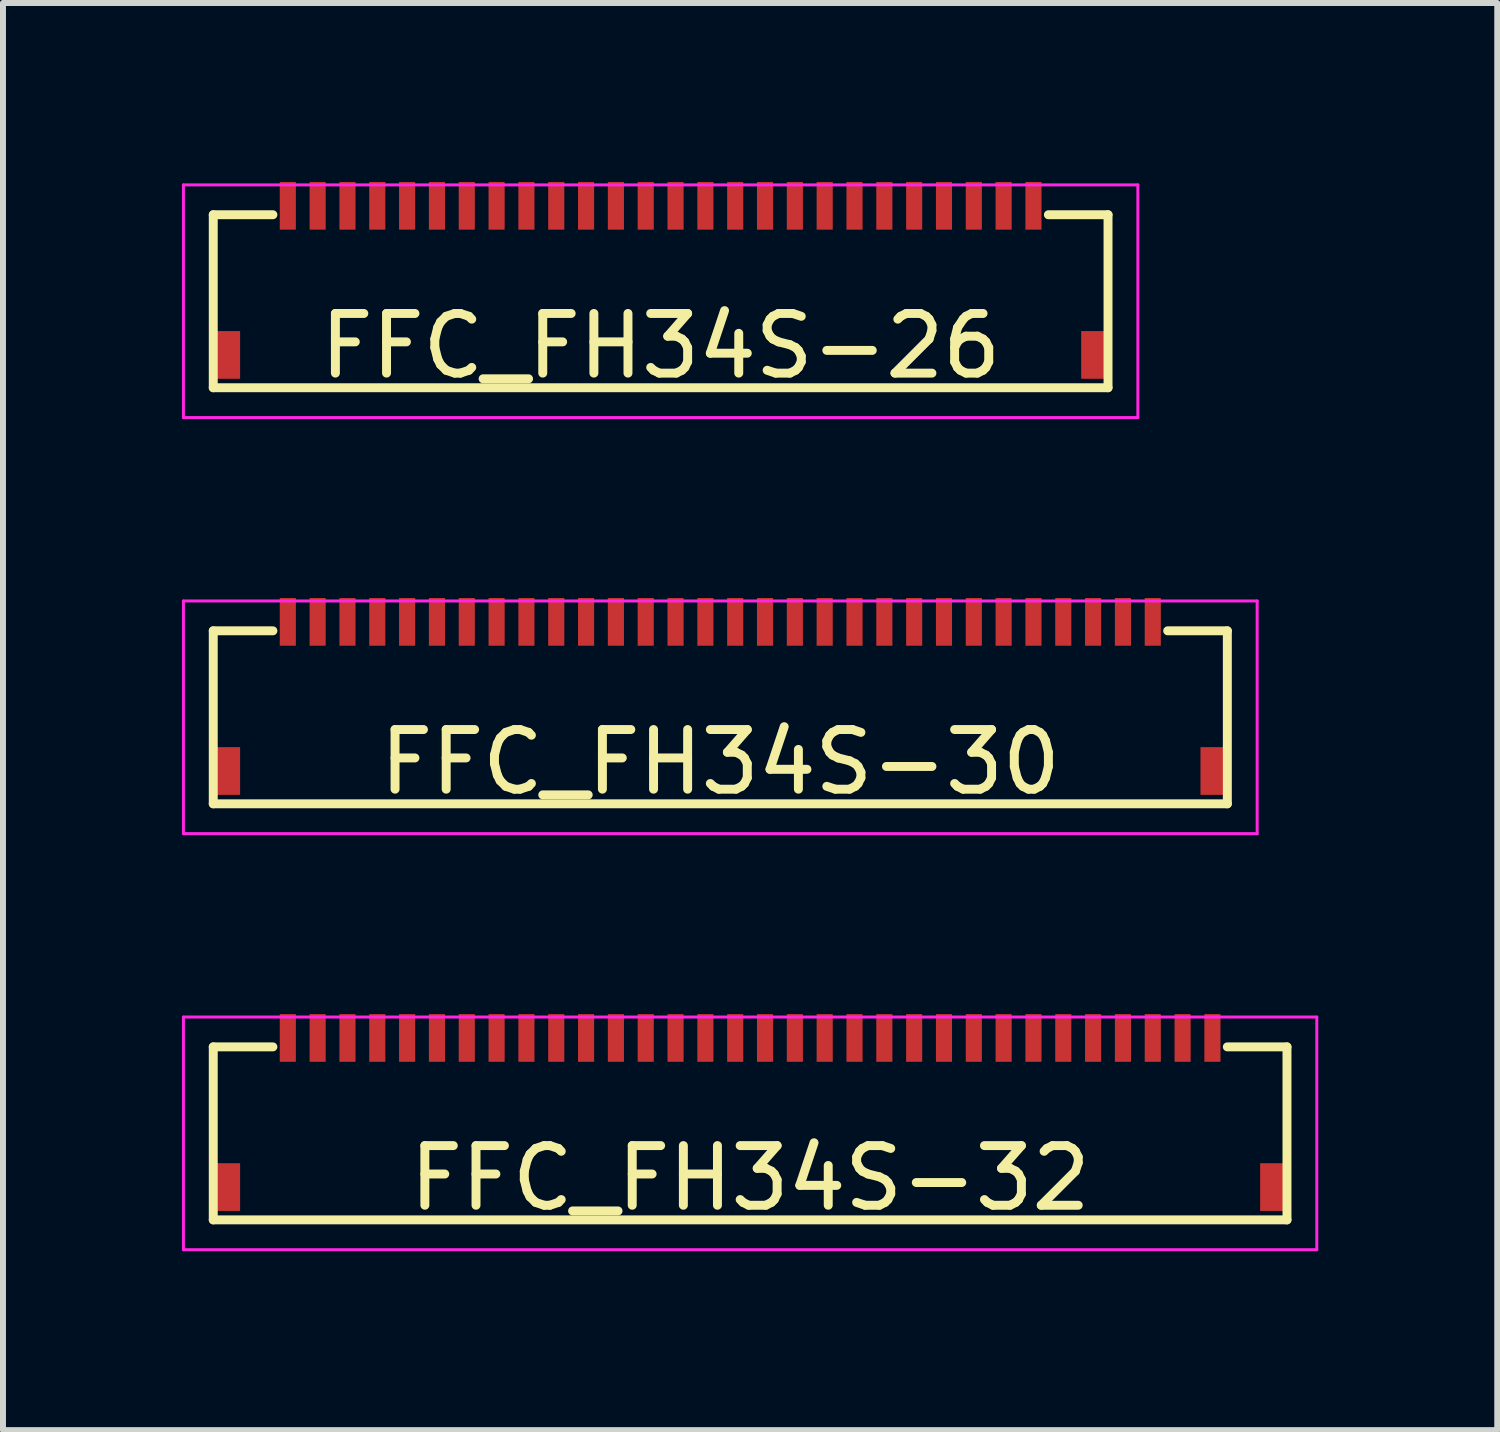
<source format=kicad_pcb>
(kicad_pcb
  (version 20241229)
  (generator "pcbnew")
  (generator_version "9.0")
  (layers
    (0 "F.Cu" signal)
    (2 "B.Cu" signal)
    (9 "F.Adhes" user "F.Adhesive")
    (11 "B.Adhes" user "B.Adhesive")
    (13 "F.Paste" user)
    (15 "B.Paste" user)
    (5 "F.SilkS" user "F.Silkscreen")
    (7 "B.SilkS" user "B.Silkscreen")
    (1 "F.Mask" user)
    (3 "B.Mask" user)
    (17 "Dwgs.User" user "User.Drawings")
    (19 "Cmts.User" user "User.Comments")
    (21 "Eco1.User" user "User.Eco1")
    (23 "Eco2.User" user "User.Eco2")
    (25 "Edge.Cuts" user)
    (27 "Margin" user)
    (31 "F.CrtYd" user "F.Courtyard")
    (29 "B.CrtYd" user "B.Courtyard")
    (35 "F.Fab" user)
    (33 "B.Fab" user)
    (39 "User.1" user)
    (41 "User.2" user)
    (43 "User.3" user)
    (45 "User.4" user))
  (footprint "FFC_FH34S-30"
    (layer "F.Cu")
    (at 9.025 7.525)
    (property "Reference" "FFC_FH34S-30" (at 0 2.2 0) (layer "F.SilkS") (effects (font (size 1 1) (thickness 0.15))))
    (attr through_hole)
    (fp_line (start -8.5 0) (end -8.5 2.9) (stroke (width 0.15) (type solid)) (layer "F.SilkS"))
    (fp_line (start -8.5 2.9) (end 8.5 2.9) (stroke (width 0.15) (type solid)) (layer "F.SilkS"))
    (fp_line (start -7.5 0) (end -8.5 0) (stroke (width 0.15) (type solid)) (layer "F.SilkS"))
    (fp_line (start 8.5 0) (end 7.5 0) (stroke (width 0.15) (type solid)) (layer "F.SilkS"))
    (fp_line (start 8.5 2.9) (end 8.5 0) (stroke (width 0.15) (type solid)) (layer "F.SilkS"))
    (fp_line (start -9 -0.5) (end 9 -0.5) (stroke (width 0.05) (type solid)) (layer "F.CrtYd"))
    (fp_line (start -9 3.4) (end -9 -0.5) (stroke (width 0.05) (type solid)) (layer "F.CrtYd"))
    (fp_line (start 9 -0.5) (end 9 3.4) (stroke (width 0.05) (type solid)) (layer "F.CrtYd"))
    (fp_line (start 9 3.4) (end -9 3.4) (stroke (width 0.05) (type solid)) (layer "F.CrtYd"))
    (pad "0" smd rect (at -8.25 2.35) (size 0.4 0.8) (layers "F.Cu" "F.Mask" "F.Paste"))
    (pad "0" smd rect (at 8.25 2.35) (size 0.4 0.8) (layers "F.Cu" "F.Mask" "F.Paste"))
    (pad "1" smd rect (at -7.25 -0.15) (size 0.27 0.8) (layers "F.Cu" "F.Mask" "F.Paste"))
    (pad "2" smd rect (at -6.75 -0.15) (size 0.27 0.8) (layers "F.Cu" "F.Mask" "F.Paste"))
    (pad "3" smd rect (at -6.25 -0.15) (size 0.27 0.8) (layers "F.Cu" "F.Mask" "F.Paste"))
    (pad "4" smd rect (at -5.75 -0.15) (size 0.27 0.8) (layers "F.Cu" "F.Mask" "F.Paste"))
    (pad "5" smd rect (at -5.25 -0.15) (size 0.27 0.8) (layers "F.Cu" "F.Mask" "F.Paste"))
    (pad "6" smd rect (at -4.75 -0.15) (size 0.27 0.8) (layers "F.Cu" "F.Mask" "F.Paste"))
    (pad "7" smd rect (at -4.25 -0.15) (size 0.27 0.8) (layers "F.Cu" "F.Mask" "F.Paste"))
    (pad "8" smd rect (at -3.75 -0.15) (size 0.27 0.8) (layers "F.Cu" "F.Mask" "F.Paste"))
    (pad "9" smd rect (at -3.25 -0.15) (size 0.27 0.8) (layers "F.Cu" "F.Mask" "F.Paste"))
    (pad "10" smd rect (at -2.75 -0.15) (size 0.27 0.8) (layers "F.Cu" "F.Mask" "F.Paste"))
    (pad "11" smd rect (at -2.25 -0.15) (size 0.27 0.8) (layers "F.Cu" "F.Mask" "F.Paste"))
    (pad "12" smd rect (at -1.75 -0.15) (size 0.27 0.8) (layers "F.Cu" "F.Mask" "F.Paste"))
    (pad "13" smd rect (at -1.25 -0.15) (size 0.27 0.8) (layers "F.Cu" "F.Mask" "F.Paste"))
    (pad "14" smd rect (at -0.75 -0.15) (size 0.27 0.8) (layers "F.Cu" "F.Mask" "F.Paste"))
    (pad "15" smd rect (at -0.25 -0.15) (size 0.27 0.8) (layers "F.Cu" "F.Mask" "F.Paste"))
    (pad "16" smd rect (at 0.25 -0.15) (size 0.27 0.8) (layers "F.Cu" "F.Mask" "F.Paste"))
    (pad "17" smd rect (at 0.75 -0.15) (size 0.27 0.8) (layers "F.Cu" "F.Mask" "F.Paste"))
    (pad "18" smd rect (at 1.25 -0.15) (size 0.27 0.8) (layers "F.Cu" "F.Mask" "F.Paste"))
    (pad "19" smd rect (at 1.75 -0.15) (size 0.27 0.8) (layers "F.Cu" "F.Mask" "F.Paste"))
    (pad "20" smd rect (at 2.25 -0.15) (size 0.27 0.8) (layers "F.Cu" "F.Mask" "F.Paste"))
    (pad "21" smd rect (at 2.75 -0.15) (size 0.27 0.8) (layers "F.Cu" "F.Mask" "F.Paste"))
    (pad "22" smd rect (at 3.25 -0.15) (size 0.27 0.8) (layers "F.Cu" "F.Mask" "F.Paste"))
    (pad "23" smd rect (at 3.75 -0.15) (size 0.27 0.8) (layers "F.Cu" "F.Mask" "F.Paste"))
    (pad "24" smd rect (at 4.25 -0.15) (size 0.27 0.8) (layers "F.Cu" "F.Mask" "F.Paste"))
    (pad "25" smd rect (at 4.75 -0.15) (size 0.27 0.8) (layers "F.Cu" "F.Mask" "F.Paste"))
    (pad "26" smd rect (at 5.25 -0.15) (size 0.27 0.8) (layers "F.Cu" "F.Mask" "F.Paste"))
    (pad "27" smd rect (at 5.75 -0.15) (size 0.27 0.8) (layers "F.Cu" "F.Mask" "F.Paste"))
    (pad "28" smd rect (at 6.25 -0.15) (size 0.27 0.8) (layers "F.Cu" "F.Mask" "F.Paste"))
    (pad "29" smd rect (at 6.75 -0.15) (size 0.27 0.8) (layers "F.Cu" "F.Mask" "F.Paste"))
    (pad "30" smd rect (at 7.25 -0.15) (size 0.27 0.8) (layers "F.Cu" "F.Mask" "F.Paste")))
  (footprint "FFC_FH34S-26"
    (layer "F.Cu")
    (at 8.025 0.55)
    (property "Reference" "FFC_FH34S-26" (at 0 2.2 0) (layer "F.SilkS") (effects (font (size 1 1) (thickness 0.15))))
    (attr through_hole)
    (fp_line (start -7.5 0) (end -7.5 2.9) (stroke (width 0.15) (type solid)) (layer "F.SilkS"))
    (fp_line (start -7.5 2.9) (end 7.5 2.9) (stroke (width 0.15) (type solid)) (layer "F.SilkS"))
    (fp_line (start -6.5 0) (end -7.5 0) (stroke (width 0.15) (type solid)) (layer "F.SilkS"))
    (fp_line (start 7.5 0) (end 6.5 0) (stroke (width 0.15) (type solid)) (layer "F.SilkS"))
    (fp_line (start 7.5 2.9) (end 7.5 0) (stroke (width 0.15) (type solid)) (layer "F.SilkS"))
    (fp_line (start -8 -0.5) (end 8 -0.5) (stroke (width 0.05) (type solid)) (layer "F.CrtYd"))
    (fp_line (start -8 3.4) (end -8 -0.5) (stroke (width 0.05) (type solid)) (layer "F.CrtYd"))
    (fp_line (start 8 -0.5) (end 8 3.4) (stroke (width 0.05) (type solid)) (layer "F.CrtYd"))
    (fp_line (start 8 3.4) (end -8 3.4) (stroke (width 0.05) (type solid)) (layer "F.CrtYd"))
    (pad "0" smd rect (at -7.25 2.35) (size 0.4 0.8) (layers "F.Cu" "F.Mask" "F.Paste"))
    (pad "0" smd rect (at 7.25 2.35) (size 0.4 0.8) (layers "F.Cu" "F.Mask" "F.Paste"))
    (pad "1" smd rect (at -6.25 -0.15) (size 0.27 0.8) (layers "F.Cu" "F.Mask" "F.Paste"))
    (pad "2" smd rect (at -5.75 -0.15) (size 0.27 0.8) (layers "F.Cu" "F.Mask" "F.Paste"))
    (pad "3" smd rect (at -5.25 -0.15) (size 0.27 0.8) (layers "F.Cu" "F.Mask" "F.Paste"))
    (pad "4" smd rect (at -4.75 -0.15) (size 0.27 0.8) (layers "F.Cu" "F.Mask" "F.Paste"))
    (pad "5" smd rect (at -4.25 -0.15) (size 0.27 0.8) (layers "F.Cu" "F.Mask" "F.Paste"))
    (pad "6" smd rect (at -3.75 -0.15) (size 0.27 0.8) (layers "F.Cu" "F.Mask" "F.Paste"))
    (pad "7" smd rect (at -3.25 -0.15) (size 0.27 0.8) (layers "F.Cu" "F.Mask" "F.Paste"))
    (pad "8" smd rect (at -2.75 -0.15) (size 0.27 0.8) (layers "F.Cu" "F.Mask" "F.Paste"))
    (pad "9" smd rect (at -2.25 -0.15) (size 0.27 0.8) (layers "F.Cu" "F.Mask" "F.Paste"))
    (pad "10" smd rect (at -1.75 -0.15) (size 0.27 0.8) (layers "F.Cu" "F.Mask" "F.Paste"))
    (pad "11" smd rect (at -1.25 -0.15) (size 0.27 0.8) (layers "F.Cu" "F.Mask" "F.Paste"))
    (pad "12" smd rect (at -0.75 -0.15) (size 0.27 0.8) (layers "F.Cu" "F.Mask" "F.Paste"))
    (pad "13" smd rect (at -0.25 -0.15) (size 0.27 0.8) (layers "F.Cu" "F.Mask" "F.Paste"))
    (pad "14" smd rect (at 0.25 -0.15) (size 0.27 0.8) (layers "F.Cu" "F.Mask" "F.Paste"))
    (pad "15" smd rect (at 0.75 -0.15) (size 0.27 0.8) (layers "F.Cu" "F.Mask" "F.Paste"))
    (pad "16" smd rect (at 1.25 -0.15) (size 0.27 0.8) (layers "F.Cu" "F.Mask" "F.Paste"))
    (pad "17" smd rect (at 1.75 -0.15) (size 0.27 0.8) (layers "F.Cu" "F.Mask" "F.Paste"))
    (pad "18" smd rect (at 2.25 -0.15) (size 0.27 0.8) (layers "F.Cu" "F.Mask" "F.Paste"))
    (pad "19" smd rect (at 2.75 -0.15) (size 0.27 0.8) (layers "F.Cu" "F.Mask" "F.Paste"))
    (pad "20" smd rect (at 3.25 -0.15) (size 0.27 0.8) (layers "F.Cu" "F.Mask" "F.Paste"))
    (pad "21" smd rect (at 3.75 -0.15) (size 0.27 0.8) (layers "F.Cu" "F.Mask" "F.Paste"))
    (pad "22" smd rect (at 4.25 -0.15) (size 0.27 0.8) (layers "F.Cu" "F.Mask" "F.Paste"))
    (pad "23" smd rect (at 4.75 -0.15) (size 0.27 0.8) (layers "F.Cu" "F.Mask" "F.Paste"))
    (pad "24" smd rect (at 5.25 -0.15) (size 0.27 0.8) (layers "F.Cu" "F.Mask" "F.Paste"))
    (pad "25" smd rect (at 5.75 -0.15) (size 0.27 0.8) (layers "F.Cu" "F.Mask" "F.Paste"))
    (pad "26" smd rect (at 6.25 -0.15) (size 0.27 0.8) (layers "F.Cu" "F.Mask" "F.Paste")))
  (footprint "FFC_FH34S-32"
    (layer "F.Cu")
    (at 9.525 14.5)
    (property "Reference" "FFC_FH34S-32" (at 0 2.2 0) (layer "F.SilkS") (effects (font (size 1 1) (thickness 0.15))))
    (attr through_hole)
    (fp_line (start -9 0) (end -9 2.9) (stroke (width 0.15) (type solid)) (layer "F.SilkS"))
    (fp_line (start -9 2.9) (end 9 2.9) (stroke (width 0.15) (type solid)) (layer "F.SilkS"))
    (fp_line (start -8 0) (end -9 0) (stroke (width 0.15) (type solid)) (layer "F.SilkS"))
    (fp_line (start 9 0) (end 8 0) (stroke (width 0.15) (type solid)) (layer "F.SilkS"))
    (fp_line (start 9 2.9) (end 9 0) (stroke (width 0.15) (type solid)) (layer "F.SilkS"))
    (fp_line (start -9.5 -0.5) (end 9.5 -0.5) (stroke (width 0.05) (type solid)) (layer "F.CrtYd"))
    (fp_line (start -9.5 3.4) (end -9.5 -0.5) (stroke (width 0.05) (type solid)) (layer "F.CrtYd"))
    (fp_line (start 9.5 -0.5) (end 9.5 3.4) (stroke (width 0.05) (type solid)) (layer "F.CrtYd"))
    (fp_line (start 9.5 3.4) (end -9.5 3.4) (stroke (width 0.05) (type solid)) (layer "F.CrtYd"))
    (pad "0" smd rect (at -8.75 2.35) (size 0.4 0.8) (layers "F.Cu" "F.Mask" "F.Paste"))
    (pad "0" smd rect (at 8.75 2.35) (size 0.4 0.8) (layers "F.Cu" "F.Mask" "F.Paste"))
    (pad "1" smd rect (at -7.75 -0.15) (size 0.27 0.8) (layers "F.Cu" "F.Mask" "F.Paste"))
    (pad "2" smd rect (at -7.25 -0.15) (size 0.27 0.8) (layers "F.Cu" "F.Mask" "F.Paste"))
    (pad "3" smd rect (at -6.75 -0.15) (size 0.27 0.8) (layers "F.Cu" "F.Mask" "F.Paste"))
    (pad "4" smd rect (at -6.25 -0.15) (size 0.27 0.8) (layers "F.Cu" "F.Mask" "F.Paste"))
    (pad "5" smd rect (at -5.75 -0.15) (size 0.27 0.8) (layers "F.Cu" "F.Mask" "F.Paste"))
    (pad "6" smd rect (at -5.25 -0.15) (size 0.27 0.8) (layers "F.Cu" "F.Mask" "F.Paste"))
    (pad "7" smd rect (at -4.75 -0.15) (size 0.27 0.8) (layers "F.Cu" "F.Mask" "F.Paste"))
    (pad "8" smd rect (at -4.25 -0.15) (size 0.27 0.8) (layers "F.Cu" "F.Mask" "F.Paste"))
    (pad "9" smd rect (at -3.75 -0.15) (size 0.27 0.8) (layers "F.Cu" "F.Mask" "F.Paste"))
    (pad "10" smd rect (at -3.25 -0.15) (size 0.27 0.8) (layers "F.Cu" "F.Mask" "F.Paste"))
    (pad "11" smd rect (at -2.75 -0.15) (size 0.27 0.8) (layers "F.Cu" "F.Mask" "F.Paste"))
    (pad "12" smd rect (at -2.25 -0.15) (size 0.27 0.8) (layers "F.Cu" "F.Mask" "F.Paste"))
    (pad "13" smd rect (at -1.75 -0.15) (size 0.27 0.8) (layers "F.Cu" "F.Mask" "F.Paste"))
    (pad "14" smd rect (at -1.25 -0.15) (size 0.27 0.8) (layers "F.Cu" "F.Mask" "F.Paste"))
    (pad "15" smd rect (at -0.75 -0.15) (size 0.27 0.8) (layers "F.Cu" "F.Mask" "F.Paste"))
    (pad "16" smd rect (at -0.25 -0.15) (size 0.27 0.8) (layers "F.Cu" "F.Mask" "F.Paste"))
    (pad "17" smd rect (at 0.25 -0.15) (size 0.27 0.8) (layers "F.Cu" "F.Mask" "F.Paste"))
    (pad "18" smd rect (at 0.75 -0.15) (size 0.27 0.8) (layers "F.Cu" "F.Mask" "F.Paste"))
    (pad "19" smd rect (at 1.25 -0.15) (size 0.27 0.8) (layers "F.Cu" "F.Mask" "F.Paste"))
    (pad "20" smd rect (at 1.75 -0.15) (size 0.27 0.8) (layers "F.Cu" "F.Mask" "F.Paste"))
    (pad "21" smd rect (at 2.25 -0.15) (size 0.27 0.8) (layers "F.Cu" "F.Mask" "F.Paste"))
    (pad "22" smd rect (at 2.75 -0.15) (size 0.27 0.8) (layers "F.Cu" "F.Mask" "F.Paste"))
    (pad "23" smd rect (at 3.25 -0.15) (size 0.27 0.8) (layers "F.Cu" "F.Mask" "F.Paste"))
    (pad "24" smd rect (at 3.75 -0.15) (size 0.27 0.8) (layers "F.Cu" "F.Mask" "F.Paste"))
    (pad "25" smd rect (at 4.25 -0.15) (size 0.27 0.8) (layers "F.Cu" "F.Mask" "F.Paste"))
    (pad "26" smd rect (at 4.75 -0.15) (size 0.27 0.8) (layers "F.Cu" "F.Mask" "F.Paste"))
    (pad "27" smd rect (at 5.25 -0.15) (size 0.27 0.8) (layers "F.Cu" "F.Mask" "F.Paste"))
    (pad "28" smd rect (at 5.75 -0.15) (size 0.27 0.8) (layers "F.Cu" "F.Mask" "F.Paste"))
    (pad "29" smd rect (at 6.25 -0.15) (size 0.27 0.8) (layers "F.Cu" "F.Mask" "F.Paste"))
    (pad "30" smd rect (at 6.75 -0.15) (size 0.27 0.8) (layers "F.Cu" "F.Mask" "F.Paste"))
    (pad "31" smd rect (at 7.25 -0.15) (size 0.27 0.8) (layers "F.Cu" "F.Mask" "F.Paste"))
    (pad "32" smd rect (at 7.75 -0.15) (size 0.27 0.8) (layers "F.Cu" "F.Mask" "F.Paste")))
  (gr_rect
    (start -3 -3)
    (end 22.05 20.925)
    (stroke (width 0.1) (type default))
    (fill no)
    (layer "Edge.Cuts")))
</source>
